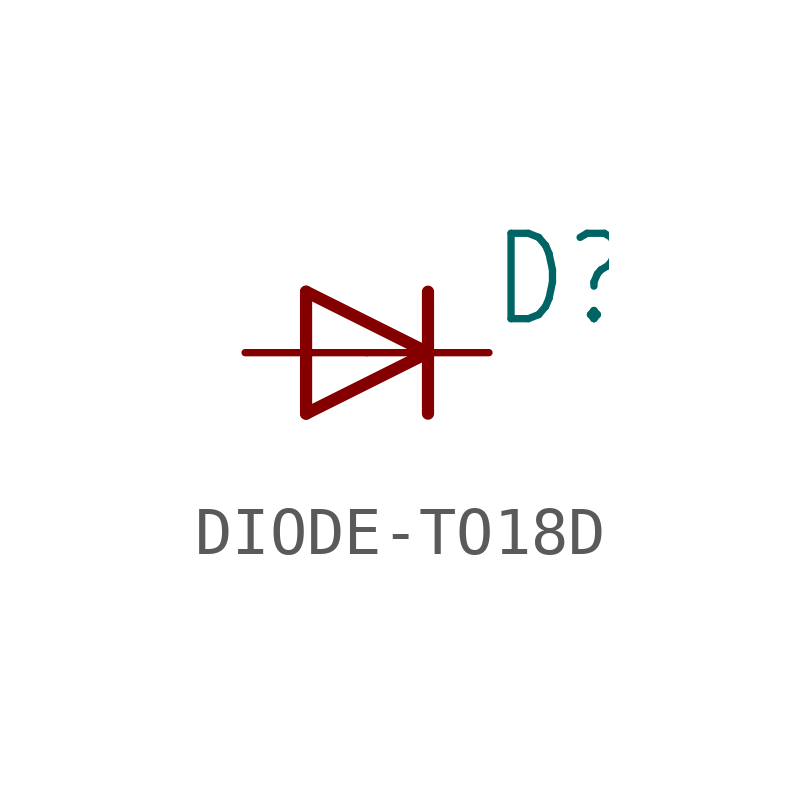
<source format=kicad_sym>
(kicad_symbol_lib
  (version 20220914)
  (generator kicad_symbol_editor)
  (symbol "DIODE-TO18D"
    (property "Reference" "D"
      (at 2.54 0.483 0)
      (effects (font (size 1.778 1.511)) (justify left bottom)))
    (property "Value" ""
      (at 2.54 -2.311 0)
      (effects (font (size 1.778 1.511)) (justify left bottom)))
    (property "ki_locked" ""
      (at 0 0 0)
      (effects (font (size 1.27 1.27))))
    (symbol "DIODE-TO18D_1_0"
      (polyline (pts (xy -1.27 -1.27) (xy 1.27 0)) (stroke (width 0.254) (type solid)) (fill (type none)))
      (polyline (pts (xy -1.27 1.27) (xy -1.27 -1.27)) (stroke (width 0.254) (type solid)) (fill (type none)))
      (polyline (pts (xy 1.27 0) (xy -1.27 1.27)) (stroke (width 0.254) (type solid)) (fill (type none)))
      (polyline (pts (xy 1.27 0) (xy 1.27 -1.27)) (stroke (width 0.254) (type solid)) (fill (type none)))
      (polyline (pts (xy 1.27 1.27) (xy 1.27 0)) (stroke (width 0.254) (type solid)) (fill (type none)))
      (pin passive line (at -2.54 0 0) (length 2.54) (name "A" (effects (font (size 0 0)))) (number "A" (effects (font (size 0 0)))))
      (pin passive line (at 2.54 0 180) (length 2.54) (name "C" (effects (font (size 0 0)))) (number "C" (effects (font (size 0 0))))))))
</source>
